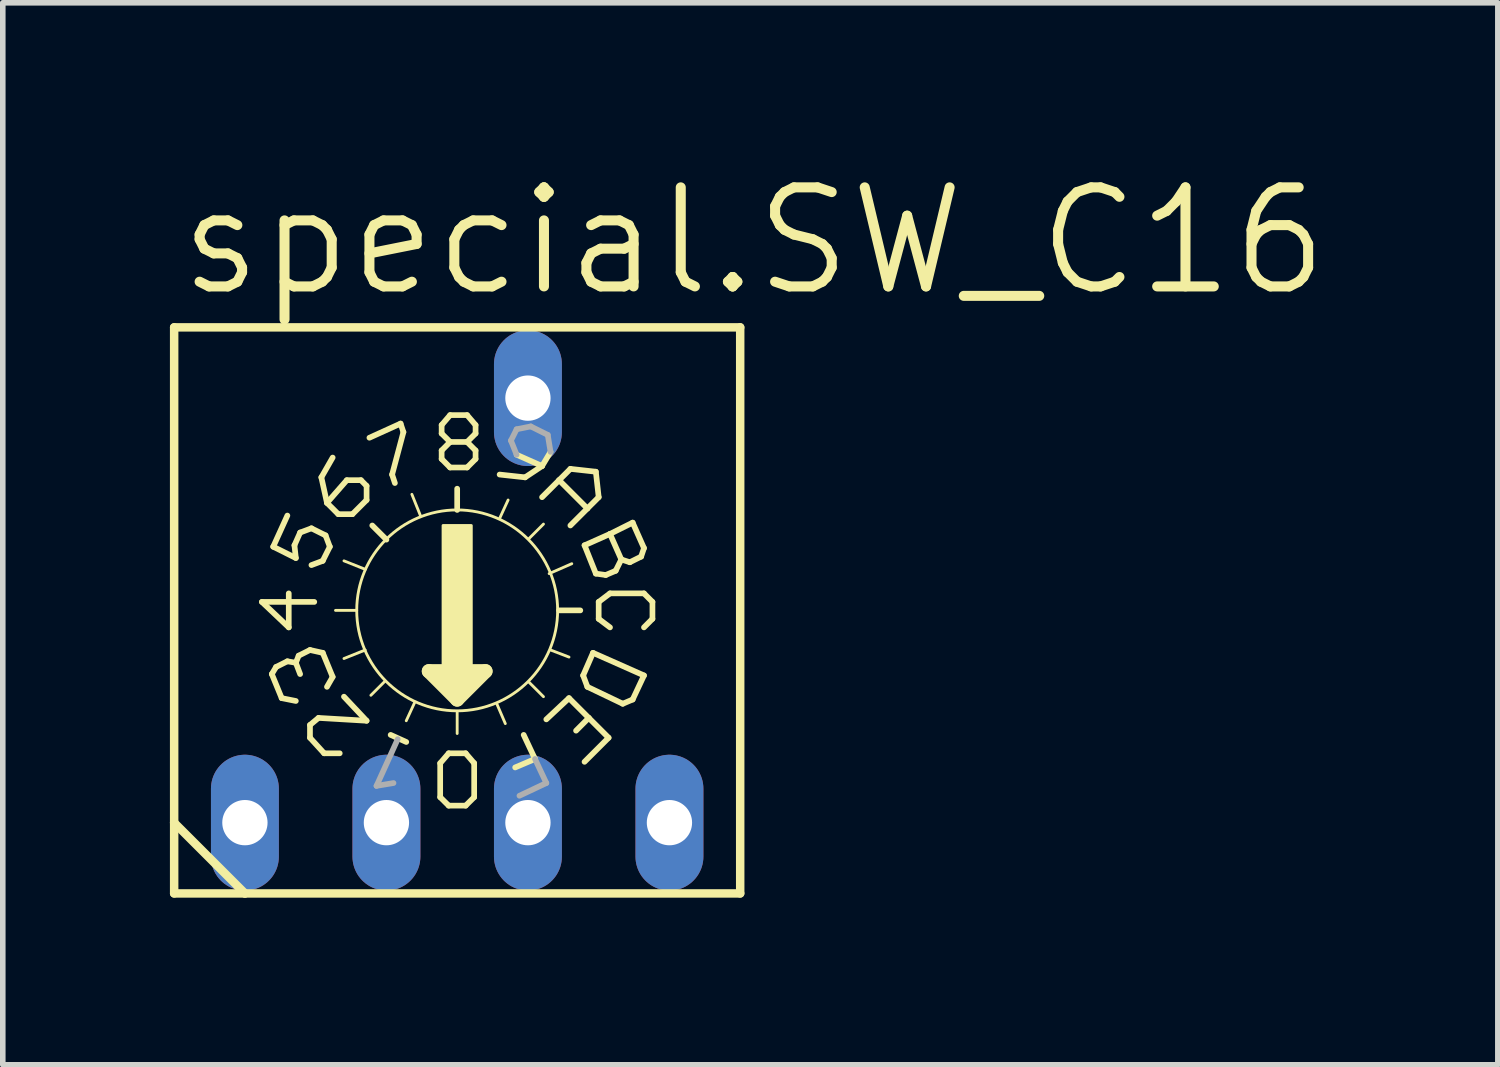
<source format=kicad_pcb>
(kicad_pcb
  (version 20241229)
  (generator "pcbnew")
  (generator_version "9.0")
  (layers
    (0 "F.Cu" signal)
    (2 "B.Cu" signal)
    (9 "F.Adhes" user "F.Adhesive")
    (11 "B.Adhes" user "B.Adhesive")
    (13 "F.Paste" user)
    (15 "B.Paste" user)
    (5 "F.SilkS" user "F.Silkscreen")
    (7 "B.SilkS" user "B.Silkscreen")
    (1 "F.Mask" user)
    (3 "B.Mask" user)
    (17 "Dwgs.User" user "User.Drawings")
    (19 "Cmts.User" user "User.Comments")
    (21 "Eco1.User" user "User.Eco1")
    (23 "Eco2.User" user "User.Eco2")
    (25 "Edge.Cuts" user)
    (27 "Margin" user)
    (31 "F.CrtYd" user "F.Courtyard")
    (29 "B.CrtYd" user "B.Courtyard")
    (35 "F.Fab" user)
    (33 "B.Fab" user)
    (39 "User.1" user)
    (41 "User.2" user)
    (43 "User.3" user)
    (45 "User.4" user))
  (footprint "special.SW_C16"
    (layer "F.Cu")
    (at 5.156 7.906)
    (property "Reference" "special.SW_C16" (at -5.08 -5.588 0) (layer "F.SilkS") (effects (font (size 1.778 1.778) (thickness 0.18)) (justify left bottom)))
    (attr through_hole)
    (fp_line (start -5.08 3.81) (end -5.08 -5.08) (stroke (width 0.152) (type default)) (layer "F.SilkS"))
    (fp_line (start -5.08 3.81) (end -3.81 5.08) (stroke (width 0.152) (type default)) (layer "F.SilkS"))
    (fp_line (start -5.08 5.08) (end -5.08 3.81) (stroke (width 0.152) (type default)) (layer "F.SilkS"))
    (fp_line (start -5.08 5.08) (end -3.81 5.08) (stroke (width 0.152) (type default)) (layer "F.SilkS"))
    (fp_line (start -3.81 5.08) (end 5.08 5.08) (stroke (width 0.152) (type default)) (layer "F.SilkS"))
    (fp_line (start -3.505 -0.152) (end -3.023 0.305) (stroke (width 0.102) (type default)) (layer "F.SilkS"))
    (fp_line (start -3.327 1.143) (end -3.15 1.575) (stroke (width 0.102) (type default)) (layer "F.SilkS"))
    (fp_line (start -3.302 -1.143) (end -3.048 -1.702) (stroke (width 0.102) (type default)) (layer "F.SilkS"))
    (fp_line (start -3.302 -1.143) (end -2.896 -0.94) (stroke (width 0.102) (type default)) (layer "F.SilkS"))
    (fp_line (start -3.251 1.016) (end -3.327 1.143) (stroke (width 0.102) (type default)) (layer "F.SilkS"))
    (fp_line (start -3.048 0.914) (end -3.251 1.016) (stroke (width 0.102) (type default)) (layer "F.SilkS"))
    (fp_line (start -3.023 0.305) (end -3.023 -0.305) (stroke (width 0.102) (type default)) (layer "F.SilkS"))
    (fp_line (start -2.921 -1.168) (end -2.819 -1.397) (stroke (width 0.102) (type default)) (layer "F.SilkS"))
    (fp_line (start -2.896 -0.94) (end -2.921 -1.168) (stroke (width 0.102) (type default)) (layer "F.SilkS"))
    (fp_line (start -2.896 0.94) (end -3.048 0.914) (stroke (width 0.102) (type default)) (layer "F.SilkS"))
    (fp_line (start -2.896 0.94) (end -2.819 1.143) (stroke (width 0.102) (type default)) (layer "F.SilkS"))
    (fp_line (start -2.896 1.626) (end -3.15 1.575) (stroke (width 0.102) (type default)) (layer "F.SilkS"))
    (fp_line (start -2.845 0.813) (end -2.896 0.94) (stroke (width 0.102) (type default)) (layer "F.SilkS"))
    (fp_line (start -2.819 -1.397) (end -2.616 -1.473) (stroke (width 0.102) (type default)) (layer "F.SilkS"))
    (fp_line (start -2.642 0.711) (end -2.845 0.813) (stroke (width 0.102) (type default)) (layer "F.SilkS"))
    (fp_line (start -2.642 2.057) (end -2.489 1.93) (stroke (width 0.102) (type default)) (layer "F.SilkS"))
    (fp_line (start -2.642 2.286) (end -2.642 2.057) (stroke (width 0.102) (type default)) (layer "F.SilkS"))
    (fp_line (start -2.642 2.286) (end -2.388 2.565) (stroke (width 0.102) (type default)) (layer "F.SilkS"))
    (fp_line (start -2.616 -1.473) (end -2.362 -1.346) (stroke (width 0.102) (type default)) (layer "F.SilkS"))
    (fp_line (start -2.565 -0.152) (end -3.505 -0.152) (stroke (width 0.102) (type default)) (layer "F.SilkS"))
    (fp_line (start -2.489 1.93) (end -1.626 1.981) (stroke (width 0.102) (type default)) (layer "F.SilkS"))
    (fp_line (start -2.438 -2.388) (end -2.235 -2.743) (stroke (width 0.102) (type default)) (layer "F.SilkS"))
    (fp_line (start -2.413 -0.889) (end -2.616 -0.813) (stroke (width 0.102) (type default)) (layer "F.SilkS"))
    (fp_line (start -2.413 0.762) (end -2.642 0.711) (stroke (width 0.102) (type default)) (layer "F.SilkS"))
    (fp_line (start -2.413 0.762) (end -2.235 1.194) (stroke (width 0.102) (type default)) (layer "F.SilkS"))
    (fp_line (start -2.388 2.565) (end -2.108 2.565) (stroke (width 0.102) (type default)) (layer "F.SilkS"))
    (fp_line (start -2.362 -1.346) (end -2.286 -1.143) (stroke (width 0.102) (type default)) (layer "F.SilkS"))
    (fp_line (start -2.337 -1.93) (end -2.438 -2.388) (stroke (width 0.102) (type default)) (layer "F.SilkS"))
    (fp_line (start -2.337 1.372) (end -2.235 1.194) (stroke (width 0.102) (type default)) (layer "F.SilkS"))
    (fp_line (start -2.286 -1.143) (end -2.413 -0.889) (stroke (width 0.102) (type default)) (layer "F.SilkS"))
    (fp_line (start -2.184 0) (end -1.803 0) (stroke (width 0.051) (type default)) (layer "F.SilkS"))
    (fp_line (start -2.134 -1.727) (end -2.337 -1.93) (stroke (width 0.102) (type default)) (layer "F.SilkS"))
    (fp_line (start -2.032 1.549) (end -1.626 1.981) (stroke (width 0.102) (type default)) (layer "F.SilkS"))
    (fp_line (start -1.981 -2.337) (end -2.337 -1.93) (stroke (width 0.102) (type default)) (layer "F.SilkS"))
    (fp_line (start -1.88 -1.727) (end -2.134 -1.727) (stroke (width 0.102) (type default)) (layer "F.SilkS"))
    (fp_line (start -1.88 -1.727) (end -1.626 -1.981) (stroke (width 0.102) (type default)) (layer "F.SilkS"))
    (fp_line (start -1.727 -2.337) (end -1.981 -2.337) (stroke (width 0.102) (type default)) (layer "F.SilkS"))
    (fp_line (start -1.651 -0.737) (end -2.032 -0.889) (stroke (width 0.051) (type default)) (layer "F.SilkS"))
    (fp_line (start -1.651 0.711) (end -2.032 0.864) (stroke (width 0.051) (type default)) (layer "F.SilkS"))
    (fp_line (start -1.626 -2.235) (end -1.727 -2.337) (stroke (width 0.102) (type default)) (layer "F.SilkS"))
    (fp_line (start -1.626 -1.981) (end -1.626 -2.235) (stroke (width 0.102) (type default)) (layer "F.SilkS"))
    (fp_line (start -1.575 -3.099) (end -1.016 -3.353) (stroke (width 0.102) (type default)) (layer "F.SilkS"))
    (fp_line (start -1.295 1.27) (end -1.549 1.524) (stroke (width 0.051) (type default)) (layer "F.SilkS"))
    (fp_line (start -1.27 -1.27) (end -1.524 -1.524) (stroke (width 0.102) (type default)) (layer "F.SilkS"))
    (fp_line (start -1.194 2.235) (end -0.914 2.362) (stroke (width 0.102) (type default)) (layer "F.SilkS"))
    (fp_line (start -1.168 -2.438) (end -1.118 -2.286) (stroke (width 0.102) (type default)) (layer "F.SilkS"))
    (fp_line (start -1.016 -3.353) (end -0.965 -3.2) (stroke (width 0.102) (type default)) (layer "F.SilkS"))
    (fp_line (start -0.965 -3.2) (end -1.168 -2.438) (stroke (width 0.102) (type default)) (layer "F.SilkS"))
    (fp_line (start -0.762 1.651) (end -0.914 1.981) (stroke (width 0.051) (type default)) (layer "F.SilkS"))
    (fp_line (start -0.66 -1.702) (end -0.813 -2.083) (stroke (width 0.051) (type default)) (layer "F.SilkS"))
    (fp_line (start -0.508 1.092) (end 0 1.6) (stroke (width 0.254) (type default)) (layer "F.SilkS"))
    (fp_line (start -0.305 2.743) (end -0.305 3.353) (stroke (width 0.102) (type default)) (layer "F.SilkS"))
    (fp_line (start -0.305 3.353) (end -0.152 3.505) (stroke (width 0.102) (type default)) (layer "F.SilkS"))
    (fp_line (start -0.279 -3.327) (end -0.279 -3.175) (stroke (width 0.102) (type default)) (layer "F.SilkS"))
    (fp_line (start -0.279 -3.175) (end -0.127 -3.023) (stroke (width 0.102) (type default)) (layer "F.SilkS"))
    (fp_line (start -0.279 -2.87) (end -0.279 -2.718) (stroke (width 0.102) (type default)) (layer "F.SilkS"))
    (fp_line (start -0.279 -2.718) (end -0.127 -2.565) (stroke (width 0.102) (type default)) (layer "F.SilkS"))
    (fp_line (start -0.254 1.219) (end 0.254 1.219) (stroke (width 0.254) (type default)) (layer "F.SilkS"))
    (fp_line (start -0.152 2.565) (end -0.305 2.743) (stroke (width 0.102) (type default)) (layer "F.SilkS"))
    (fp_line (start -0.152 3.505) (end 0.152 3.505) (stroke (width 0.102) (type default)) (layer "F.SilkS"))
    (fp_line (start -0.127 -3.505) (end -0.279 -3.327) (stroke (width 0.102) (type default)) (layer "F.SilkS"))
    (fp_line (start -0.127 -3.023) (end -0.279 -2.87) (stroke (width 0.102) (type default)) (layer "F.SilkS"))
    (fp_line (start -0.127 -3.023) (end 0.178 -3.023) (stroke (width 0.102) (type default)) (layer "F.SilkS"))
    (fp_line (start -0.127 -2.565) (end 0.178 -2.565) (stroke (width 0.102) (type default)) (layer "F.SilkS"))
    (fp_line (start 0 -1.803) (end 0 -2.184) (stroke (width 0.102) (type default)) (layer "F.SilkS"))
    (fp_line (start 0 1.473) (end 0 1.346) (stroke (width 0.254) (type default)) (layer "F.SilkS"))
    (fp_line (start 0 1.6) (end 0.508 1.092) (stroke (width 0.254) (type default)) (layer "F.SilkS"))
    (fp_line (start 0 1.829) (end 0 2.21) (stroke (width 0.051) (type default)) (layer "F.SilkS"))
    (fp_line (start 0.152 2.565) (end -0.152 2.565) (stroke (width 0.102) (type default)) (layer "F.SilkS"))
    (fp_line (start 0.152 3.505) (end 0.305 3.353) (stroke (width 0.102) (type default)) (layer "F.SilkS"))
    (fp_line (start 0.178 -3.505) (end -0.127 -3.505) (stroke (width 0.102) (type default)) (layer "F.SilkS"))
    (fp_line (start 0.178 -3.023) (end 0.33 -3.175) (stroke (width 0.102) (type default)) (layer "F.SilkS"))
    (fp_line (start 0.178 -2.565) (end 0.33 -2.718) (stroke (width 0.102) (type default)) (layer "F.SilkS"))
    (fp_line (start 0.305 2.743) (end 0.152 2.565) (stroke (width 0.102) (type default)) (layer "F.SilkS"))
    (fp_line (start 0.305 3.353) (end 0.305 2.743) (stroke (width 0.102) (type default)) (layer "F.SilkS"))
    (fp_line (start 0.33 -3.327) (end 0.178 -3.505) (stroke (width 0.102) (type default)) (layer "F.SilkS"))
    (fp_line (start 0.33 -3.175) (end 0.33 -3.327) (stroke (width 0.102) (type default)) (layer "F.SilkS"))
    (fp_line (start 0.33 -2.87) (end 0.178 -3.023) (stroke (width 0.102) (type default)) (layer "F.SilkS"))
    (fp_line (start 0.33 -2.718) (end 0.33 -2.87) (stroke (width 0.102) (type default)) (layer "F.SilkS"))
    (fp_line (start 0.508 1.092) (end -0.508 1.092) (stroke (width 0.254) (type default)) (layer "F.SilkS"))
    (fp_line (start 0.711 1.676) (end 0.864 2.032) (stroke (width 0.051) (type default)) (layer "F.SilkS"))
    (fp_line (start 0.762 -1.651) (end 0.914 -1.981) (stroke (width 0.051) (type default)) (layer "F.SilkS"))
    (fp_line (start 1.067 -2.794) (end 1.524 -2.591) (stroke (width 0.102) (type default)) (layer "F.SilkS"))
    (fp_line (start 1.219 -2.388) (end 0.762 -2.438) (stroke (width 0.102) (type default)) (layer "F.SilkS"))
    (fp_line (start 1.295 -1.295) (end 1.549 -1.549) (stroke (width 0.051) (type default)) (layer "F.SilkS"))
    (fp_line (start 1.295 1.295) (end 1.549 1.549) (stroke (width 0.051) (type default)) (layer "F.SilkS"))
    (fp_line (start 1.397 2.667) (end 1.041 2.819) (stroke (width 0.102) (type default)) (layer "F.SilkS"))
    (fp_line (start 1.397 2.667) (end 1.194 2.235) (stroke (width 0.102) (type default)) (layer "F.SilkS"))
    (fp_line (start 1.524 -2.591) (end 1.219 -2.388) (stroke (width 0.102) (type default)) (layer "F.SilkS"))
    (fp_line (start 1.524 -2.032) (end 1.829 -2.337) (stroke (width 0.102) (type default)) (layer "F.SilkS"))
    (fp_line (start 1.651 -0.66) (end 2.057 -0.838) (stroke (width 0.051) (type default)) (layer "F.SilkS"))
    (fp_line (start 1.676 -2.845) (end 1.524 -2.591) (stroke (width 0.102) (type default)) (layer "F.SilkS"))
    (fp_line (start 1.676 0.711) (end 2.007 0.838) (stroke (width 0.051) (type default)) (layer "F.SilkS"))
    (fp_line (start 1.829 -2.337) (end 2.032 -2.54) (stroke (width 0.102) (type default)) (layer "F.SilkS"))
    (fp_line (start 1.829 -2.337) (end 2.337 -1.829) (stroke (width 0.102) (type default)) (layer "F.SilkS"))
    (fp_line (start 1.829 0) (end 2.21 0) (stroke (width 0.102) (type default)) (layer "F.SilkS"))
    (fp_line (start 2.007 1.575) (end 1.6 1.956) (stroke (width 0.102) (type default)) (layer "F.SilkS"))
    (fp_line (start 2.007 1.575) (end 2.362 1.93) (stroke (width 0.102) (type default)) (layer "F.SilkS"))
    (fp_line (start 2.032 -2.54) (end 2.489 -2.489) (stroke (width 0.102) (type default)) (layer "F.SilkS"))
    (fp_line (start 2.261 1.168) (end 2.337 1.372) (stroke (width 0.102) (type default)) (layer "F.SilkS"))
    (fp_line (start 2.286 -1.168) (end 2.743 -1.372) (stroke (width 0.102) (type default)) (layer "F.SilkS"))
    (fp_line (start 2.337 -1.829) (end 2.032 -1.524) (stroke (width 0.102) (type default)) (layer "F.SilkS"))
    (fp_line (start 2.337 1.372) (end 2.972 1.676) (stroke (width 0.102) (type default)) (layer "F.SilkS"))
    (fp_line (start 2.362 1.93) (end 2.134 2.159) (stroke (width 0.102) (type default)) (layer "F.SilkS"))
    (fp_line (start 2.362 1.93) (end 2.718 2.286) (stroke (width 0.102) (type default)) (layer "F.SilkS"))
    (fp_line (start 2.438 0.762) (end 2.261 1.168) (stroke (width 0.102) (type default)) (layer "F.SilkS"))
    (fp_line (start 2.489 -2.489) (end 2.54 -2.032) (stroke (width 0.102) (type default)) (layer "F.SilkS"))
    (fp_line (start 2.489 -0.66) (end 2.286 -1.168) (stroke (width 0.102) (type default)) (layer "F.SilkS"))
    (fp_line (start 2.54 -2.032) (end 2.337 -1.829) (stroke (width 0.102) (type default)) (layer "F.SilkS"))
    (fp_line (start 2.54 -0.152) (end 2.54 0.152) (stroke (width 0.102) (type default)) (layer "F.SilkS"))
    (fp_line (start 2.54 0.152) (end 2.743 0.305) (stroke (width 0.102) (type default)) (layer "F.SilkS"))
    (fp_line (start 2.667 -0.635) (end 2.489 -0.66) (stroke (width 0.102) (type default)) (layer "F.SilkS"))
    (fp_line (start 2.718 2.286) (end 2.286 2.718) (stroke (width 0.102) (type default)) (layer "F.SilkS"))
    (fp_line (start 2.743 -1.372) (end 3.15 -1.575) (stroke (width 0.102) (type default)) (layer "F.SilkS"))
    (fp_line (start 2.743 -0.305) (end 2.54 -0.152) (stroke (width 0.102) (type default)) (layer "F.SilkS"))
    (fp_line (start 2.743 -0.305) (end 3.353 -0.305) (stroke (width 0.102) (type default)) (layer "F.SilkS"))
    (fp_line (start 2.845 -0.711) (end 2.667 -0.635) (stroke (width 0.102) (type default)) (layer "F.SilkS"))
    (fp_line (start 2.946 -0.914) (end 2.743 -1.372) (stroke (width 0.102) (type default)) (layer "F.SilkS"))
    (fp_line (start 2.946 -0.914) (end 2.845 -0.711) (stroke (width 0.102) (type default)) (layer "F.SilkS"))
    (fp_line (start 2.972 1.676) (end 3.15 1.6) (stroke (width 0.102) (type default)) (layer "F.SilkS"))
    (fp_line (start 3.099 -0.864) (end 2.946 -0.914) (stroke (width 0.102) (type default)) (layer "F.SilkS"))
    (fp_line (start 3.15 -1.575) (end 3.353 -1.118) (stroke (width 0.102) (type default)) (layer "F.SilkS"))
    (fp_line (start 3.15 1.6) (end 3.353 1.168) (stroke (width 0.102) (type default)) (layer "F.SilkS"))
    (fp_line (start 3.302 -0.965) (end 3.099 -0.864) (stroke (width 0.102) (type default)) (layer "F.SilkS"))
    (fp_line (start 3.353 -1.118) (end 3.302 -0.965) (stroke (width 0.102) (type default)) (layer "F.SilkS"))
    (fp_line (start 3.353 -0.305) (end 3.505 -0.152) (stroke (width 0.102) (type default)) (layer "F.SilkS"))
    (fp_line (start 3.353 1.168) (end 2.438 0.762) (stroke (width 0.102) (type default)) (layer "F.SilkS"))
    (fp_line (start 3.505 -0.152) (end 3.505 0.152) (stroke (width 0.102) (type default)) (layer "F.SilkS"))
    (fp_line (start 3.505 0.152) (end 3.353 0.305) (stroke (width 0.102) (type default)) (layer "F.SilkS"))
    (fp_line (start 5.08 -5.08) (end -5.08 -5.08) (stroke (width 0.152) (type default)) (layer "F.SilkS"))
    (fp_line (start 5.08 5.08) (end 5.08 -5.08) (stroke (width 0.152) (type default)) (layer "F.SilkS"))
    (fp_rect (start -0.254 1.016) (end 0.254 -1.524) (stroke (width 0.05) (type default)) (fill yes) (layer "F.SilkS"))
    (fp_circle (center 0 0) (end 1.803 0) (stroke (width 0.051) (type default)) (fill no) (layer "F.SilkS"))
    (fp_line (start -1.448 3.15) (end -1.143 3.099) (stroke (width 0.102) (type default)) (layer "F.Fab"))
    (fp_line (start -1.067 2.311) (end -1.448 3.15) (stroke (width 0.102) (type default)) (layer "F.Fab"))
    (fp_line (start 0.965 -3.048) (end 1.067 -2.794) (stroke (width 0.102) (type default)) (layer "F.Fab"))
    (fp_line (start 1.067 -3.251) (end 0.965 -3.048) (stroke (width 0.102) (type default)) (layer "F.Fab"))
    (fp_line (start 1.118 3.327) (end 1.6 3.099) (stroke (width 0.102) (type default)) (layer "F.Fab"))
    (fp_line (start 1.321 -3.302) (end 1.067 -3.251) (stroke (width 0.102) (type default)) (layer "F.Fab"))
    (fp_line (start 1.6 3.099) (end 1.397 2.667) (stroke (width 0.102) (type default)) (layer "F.Fab"))
    (fp_line (start 1.626 -3.15) (end 1.321 -3.302) (stroke (width 0.102) (type default)) (layer "F.Fab"))
    (fp_line (start 1.626 -3.15) (end 1.676 -2.845) (stroke (width 0.102) (type default)) (layer "F.Fab"))
    (pad "1" thru_hole oval (at -3.81 3.81 90) (size 2.438 1.219) (drill 0.813) (layers "*.Cu" "*.Mask"))
    (pad "2" thru_hole oval (at -1.27 3.81 90) (size 2.438 1.219) (drill 0.813) (layers "*.Cu" "*.Mask"))
    (pad "4" thru_hole oval (at 1.27 3.81 90) (size 2.438 1.219) (drill 0.813) (layers "*.Cu" "*.Mask"))
    (pad "8" thru_hole oval (at 3.81 3.81 90) (size 2.438 1.219) (drill 0.813) (layers "*.Cu" "*.Mask"))
    (pad "C" thru_hole oval (at 1.27 -3.81 90) (size 2.438 1.219) (drill 0.813) (layers "*.Cu" "*.Mask")))
  (gr_rect
    (start -3 -3)
    (end 23.835 16.062)
    (stroke (width 0.1) (type default))
    (fill no)
    (layer "Edge.Cuts")))
</source>
